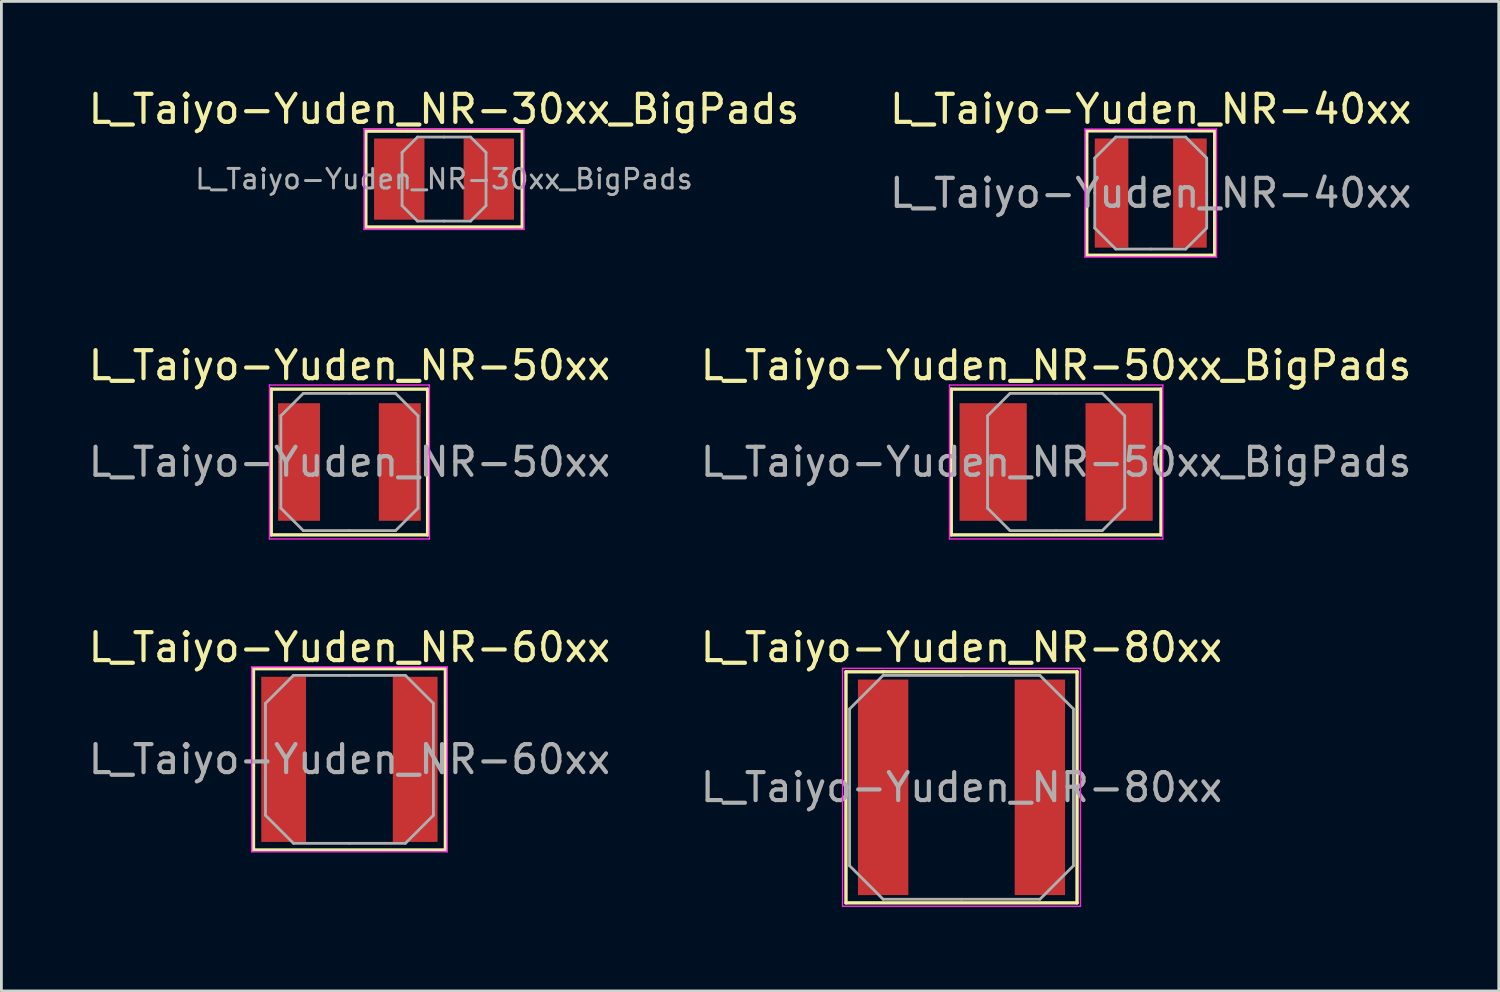
<source format=kicad_pcb>
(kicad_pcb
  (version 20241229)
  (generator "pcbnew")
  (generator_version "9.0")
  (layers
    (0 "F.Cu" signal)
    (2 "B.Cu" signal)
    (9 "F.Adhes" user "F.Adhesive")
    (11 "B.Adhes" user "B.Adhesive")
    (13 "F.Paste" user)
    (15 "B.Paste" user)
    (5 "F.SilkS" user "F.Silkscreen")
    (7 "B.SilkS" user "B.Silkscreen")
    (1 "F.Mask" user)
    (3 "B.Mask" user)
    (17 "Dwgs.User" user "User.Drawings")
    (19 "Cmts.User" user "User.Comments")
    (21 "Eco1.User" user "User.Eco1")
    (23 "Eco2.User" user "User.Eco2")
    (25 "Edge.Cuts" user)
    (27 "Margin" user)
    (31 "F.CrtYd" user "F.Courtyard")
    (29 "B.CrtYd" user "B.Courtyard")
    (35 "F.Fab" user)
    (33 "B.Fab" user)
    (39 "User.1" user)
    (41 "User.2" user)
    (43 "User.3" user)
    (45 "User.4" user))
  (footprint "L_Taiyo-Yuden_NR-80xx"
    (layer "F.Cu")
    (at 31.304 25.081)
    (property "Reference" "L_Taiyo-Yuden_NR-80xx" (at 0 -5 0) (layer "F.SilkS") (effects (font (size 1 1) (thickness 0.15))))
    (attr smd)
    (fp_line (start -4.128 -4.128) (end -4.128 4.128) (stroke (width 0.12) (type solid)) (layer "F.SilkS"))
    (fp_line (start -4.128 4.128) (end 4.128 4.128) (stroke (width 0.12) (type solid)) (layer "F.SilkS"))
    (fp_line (start -2.794 -4.128) (end -4.128 -4.128) (stroke (width 0.12) (type solid)) (layer "F.SilkS"))
    (fp_line (start 4.128 -4.128) (end -2.794 -4.128) (stroke (width 0.12) (type solid)) (layer "F.SilkS"))
    (fp_line (start 4.128 4.128) (end 4.128 -4.128) (stroke (width 0.12) (type solid)) (layer "F.SilkS"))
    (fp_line (start -4.25 -4.25) (end -4.25 4.25) (stroke (width 0.05) (type solid)) (layer "F.CrtYd"))
    (fp_line (start -4.25 4.25) (end 4.25 4.25) (stroke (width 0.05) (type solid)) (layer "F.CrtYd"))
    (fp_line (start 4.25 -4.25) (end -4.25 -4.25) (stroke (width 0.05) (type solid)) (layer "F.CrtYd"))
    (fp_line (start 4.25 4.25) (end 4.25 -4.25) (stroke (width 0.05) (type solid)) (layer "F.CrtYd"))
    (fp_line (start -4 -2.8) (end -2.8 -4) (stroke (width 0.1) (type solid)) (layer "F.Fab"))
    (fp_line (start -4 0) (end -4 -2.8) (stroke (width 0.1) (type solid)) (layer "F.Fab"))
    (fp_line (start -4 0) (end -4 2.8) (stroke (width 0.1) (type solid)) (layer "F.Fab"))
    (fp_line (start -4 2.8) (end -2.8 4) (stroke (width 0.1) (type solid)) (layer "F.Fab"))
    (fp_line (start -2.8 -4) (end 0 -4) (stroke (width 0.1) (type solid)) (layer "F.Fab"))
    (fp_line (start -2.8 4) (end 0 4) (stroke (width 0.1) (type solid)) (layer "F.Fab"))
    (fp_line (start 2.8 -4) (end 0 -4) (stroke (width 0.1) (type solid)) (layer "F.Fab"))
    (fp_line (start 2.8 4) (end 0 4) (stroke (width 0.1) (type solid)) (layer "F.Fab"))
    (fp_line (start 4 -2.8) (end 2.8 -4) (stroke (width 0.1) (type solid)) (layer "F.Fab"))
    (fp_line (start 4 0) (end 4 -2.8) (stroke (width 0.1) (type solid)) (layer "F.Fab"))
    (fp_line (start 4 0) (end 4 2.8) (stroke (width 0.1) (type solid)) (layer "F.Fab"))
    (fp_line (start 4 2.8) (end 2.8 4) (stroke (width 0.1) (type solid)) (layer "F.Fab"))
    (fp_text user "${REFERENCE}" (at 0 0 0) (layer "F.Fab") (effects (font (size 1 1) (thickness 0.15))))
    (pad "1" smd rect (at -2.8 0) (size 1.8 7.7) (layers "F.Cu" "F.Mask" "F.Paste"))
    (pad "2" smd rect (at 2.8 0) (size 1.8 7.7) (layers "F.Cu" "F.Mask" "F.Paste")))
  (footprint "L_Taiyo-Yuden_NR-50xx_BigPads"
    (layer "F.Cu")
    (at 34.685 13.457)
    (property "Reference" "L_Taiyo-Yuden_NR-50xx_BigPads" (at 0 -3.45 0) (layer "F.SilkS") (effects (font (size 1 1) (thickness 0.15))))
    (attr smd)
    (fp_line (start -3.747 -2.603) (end -3.747 2.603) (stroke (width 0.12) (type solid)) (layer "F.SilkS"))
    (fp_line (start -3.747 2.603) (end 3.747 2.603) (stroke (width 0.12) (type solid)) (layer "F.SilkS"))
    (fp_line (start 3.747 -2.603) (end -3.747 -2.603) (stroke (width 0.12) (type solid)) (layer "F.SilkS"))
    (fp_line (start 3.747 2.603) (end 3.747 -2.603) (stroke (width 0.12) (type solid)) (layer "F.SilkS"))
    (fp_line (start -3.81 -2.75) (end -3.81 2.75) (stroke (width 0.05) (type solid)) (layer "F.CrtYd"))
    (fp_line (start -3.81 2.75) (end 3.81 2.75) (stroke (width 0.05) (type solid)) (layer "F.CrtYd"))
    (fp_line (start 3.81 -2.75) (end -3.81 -2.75) (stroke (width 0.05) (type solid)) (layer "F.CrtYd"))
    (fp_line (start 3.81 2.75) (end 3.81 -2.75) (stroke (width 0.05) (type solid)) (layer "F.CrtYd"))
    (fp_line (start -2.45 -1.65) (end -1.65 -2.45) (stroke (width 0.1) (type solid)) (layer "F.Fab"))
    (fp_line (start -2.45 0) (end -2.45 -1.65) (stroke (width 0.1) (type solid)) (layer "F.Fab"))
    (fp_line (start -2.45 0) (end -2.45 1.65) (stroke (width 0.1) (type solid)) (layer "F.Fab"))
    (fp_line (start -2.45 1.65) (end -1.65 2.45) (stroke (width 0.1) (type solid)) (layer "F.Fab"))
    (fp_line (start -1.65 -2.45) (end 0 -2.45) (stroke (width 0.1) (type solid)) (layer "F.Fab"))
    (fp_line (start -1.65 2.45) (end 0 2.45) (stroke (width 0.1) (type solid)) (layer "F.Fab"))
    (fp_line (start 1.65 -2.45) (end 0 -2.45) (stroke (width 0.1) (type solid)) (layer "F.Fab"))
    (fp_line (start 1.65 2.45) (end 0 2.45) (stroke (width 0.1) (type solid)) (layer "F.Fab"))
    (fp_line (start 2.45 -1.65) (end 1.65 -2.45) (stroke (width 0.1) (type solid)) (layer "F.Fab"))
    (fp_line (start 2.45 0) (end 2.45 -1.65) (stroke (width 0.1) (type solid)) (layer "F.Fab"))
    (fp_line (start 2.45 0) (end 2.45 1.65) (stroke (width 0.1) (type solid)) (layer "F.Fab"))
    (fp_line (start 2.45 1.65) (end 1.65 2.45) (stroke (width 0.1) (type solid)) (layer "F.Fab"))
    (fp_text user "${REFERENCE}" (at 0 0 0) (layer "F.Fab") (effects (font (size 1 1) (thickness 0.15))))
    (pad "1" smd rect (at -2.25 0) (size 2.4 4.2) (layers "F.Cu" "F.Mask" "F.Paste"))
    (pad "2" smd rect (at 2.25 0) (size 2.4 4.2) (layers "F.Cu" "F.Mask" "F.Paste")))
  (footprint "L_Taiyo-Yuden_NR-40xx"
    (layer "F.Cu")
    (at 38.065 3.848)
    (property "Reference" "L_Taiyo-Yuden_NR-40xx" (at 0 -3 0) (layer "F.SilkS") (effects (font (size 1 1) (thickness 0.15))))
    (attr smd)
    (fp_line (start -2.286 -2.223) (end -2.286 2.223) (stroke (width 0.12) (type solid)) (layer "F.SilkS"))
    (fp_line (start -2.286 2.223) (end 2.286 2.223) (stroke (width 0.12) (type solid)) (layer "F.SilkS"))
    (fp_line (start 2.286 -2.223) (end -2.286 -2.223) (stroke (width 0.12) (type solid)) (layer "F.SilkS"))
    (fp_line (start 2.286 2.223) (end 2.286 -2.223) (stroke (width 0.12) (type solid)) (layer "F.SilkS"))
    (fp_line (start -2.349 -2.286) (end -2.349 2.286) (stroke (width 0.05) (type solid)) (layer "F.CrtYd"))
    (fp_line (start -2.349 2.286) (end 2.349 2.286) (stroke (width 0.05) (type solid)) (layer "F.CrtYd"))
    (fp_line (start 2.349 -2.286) (end -2.349 -2.286) (stroke (width 0.05) (type solid)) (layer "F.CrtYd"))
    (fp_line (start 2.349 2.286) (end 2.349 -2.286) (stroke (width 0.05) (type solid)) (layer "F.CrtYd"))
    (fp_line (start -2 -1.25) (end -1.25 -2) (stroke (width 0.1) (type solid)) (layer "F.Fab"))
    (fp_line (start -2 0) (end -2 -1.25) (stroke (width 0.1) (type solid)) (layer "F.Fab"))
    (fp_line (start -2 0) (end -2 1.25) (stroke (width 0.1) (type solid)) (layer "F.Fab"))
    (fp_line (start -2 1.25) (end -1.25 2) (stroke (width 0.1) (type solid)) (layer "F.Fab"))
    (fp_line (start -1.25 -2) (end 0 -2) (stroke (width 0.1) (type solid)) (layer "F.Fab"))
    (fp_line (start -1.25 2) (end 0 2) (stroke (width 0.1) (type solid)) (layer "F.Fab"))
    (fp_line (start 1.25 -2) (end 0 -2) (stroke (width 0.1) (type solid)) (layer "F.Fab"))
    (fp_line (start 1.25 2) (end 0 2) (stroke (width 0.1) (type solid)) (layer "F.Fab"))
    (fp_line (start 2 -1.25) (end 1.25 -2) (stroke (width 0.1) (type solid)) (layer "F.Fab"))
    (fp_line (start 2 0) (end 2 -1.25) (stroke (width 0.1) (type solid)) (layer "F.Fab"))
    (fp_line (start 2 0) (end 2 1.25) (stroke (width 0.1) (type solid)) (layer "F.Fab"))
    (fp_line (start 2 1.25) (end 1.25 2) (stroke (width 0.1) (type solid)) (layer "F.Fab"))
    (fp_text user "${REFERENCE}" (at 0 0 0) (layer "F.Fab") (effects (font (size 1 1) (thickness 0.15))))
    (pad "1" smd rect (at -1.4 0) (size 1.2 3.9) (layers "F.Cu" "F.Mask" "F.Paste"))
    (pad "2" smd rect (at 1.4 0) (size 1.2 3.9) (layers "F.Cu" "F.Mask" "F.Paste")))
  (footprint "L_Taiyo-Yuden_NR-50xx"
    (layer "F.Cu")
    (at 9.435 13.457)
    (property "Reference" "L_Taiyo-Yuden_NR-50xx" (at 0 -3.45 0) (layer "F.SilkS") (effects (font (size 1 1) (thickness 0.15))))
    (attr smd)
    (fp_line (start -2.794 -2.603) (end -2.794 2.603) (stroke (width 0.12) (type solid)) (layer "F.SilkS"))
    (fp_line (start -2.794 -2.603) (end 2.794 -2.603) (stroke (width 0.12) (type solid)) (layer "F.SilkS"))
    (fp_line (start -2.794 2.603) (end 2.794 2.603) (stroke (width 0.12) (type solid)) (layer "F.SilkS"))
    (fp_line (start 2.794 2.603) (end 2.794 -2.603) (stroke (width 0.12) (type solid)) (layer "F.SilkS"))
    (fp_line (start -2.857 -2.75) (end -2.857 2.75) (stroke (width 0.05) (type solid)) (layer "F.CrtYd"))
    (fp_line (start -2.857 2.75) (end 2.857 2.75) (stroke (width 0.05) (type solid)) (layer "F.CrtYd"))
    (fp_line (start 2.857 -2.75) (end -2.857 -2.75) (stroke (width 0.05) (type solid)) (layer "F.CrtYd"))
    (fp_line (start 2.857 2.75) (end 2.857 -2.75) (stroke (width 0.05) (type solid)) (layer "F.CrtYd"))
    (fp_line (start -2.45 -1.65) (end -1.65 -2.45) (stroke (width 0.1) (type solid)) (layer "F.Fab"))
    (fp_line (start -2.45 0) (end -2.45 -1.65) (stroke (width 0.1) (type solid)) (layer "F.Fab"))
    (fp_line (start -2.45 0) (end -2.45 1.65) (stroke (width 0.1) (type solid)) (layer "F.Fab"))
    (fp_line (start -2.45 1.65) (end -1.65 2.45) (stroke (width 0.1) (type solid)) (layer "F.Fab"))
    (fp_line (start -1.65 -2.45) (end 0 -2.45) (stroke (width 0.1) (type solid)) (layer "F.Fab"))
    (fp_line (start -1.65 2.45) (end 0 2.45) (stroke (width 0.1) (type solid)) (layer "F.Fab"))
    (fp_line (start 1.65 -2.45) (end 0 -2.45) (stroke (width 0.1) (type solid)) (layer "F.Fab"))
    (fp_line (start 1.65 2.45) (end 0 2.45) (stroke (width 0.1) (type solid)) (layer "F.Fab"))
    (fp_line (start 2.45 -1.65) (end 1.65 -2.45) (stroke (width 0.1) (type solid)) (layer "F.Fab"))
    (fp_line (start 2.45 0) (end 2.45 -1.65) (stroke (width 0.1) (type solid)) (layer "F.Fab"))
    (fp_line (start 2.45 0) (end 2.45 1.65) (stroke (width 0.1) (type solid)) (layer "F.Fab"))
    (fp_line (start 2.45 1.65) (end 1.65 2.45) (stroke (width 0.1) (type solid)) (layer "F.Fab"))
    (fp_text user "${REFERENCE}" (at 0 0 0) (layer "F.Fab") (effects (font (size 1 1) (thickness 0.15))))
    (pad "1" smd rect (at -1.8 0) (size 1.5 4.2) (layers "F.Cu" "F.Mask" "F.Paste"))
    (pad "2" smd rect (at 1.8 0) (size 1.5 4.2) (layers "F.Cu" "F.Mask" "F.Paste")))
  (footprint "L_Taiyo-Yuden_NR-60xx"
    (layer "F.Cu")
    (at 9.435 24.081)
    (property "Reference" "L_Taiyo-Yuden_NR-60xx" (at 0 -4 0) (layer "F.SilkS") (effects (font (size 1 1) (thickness 0.15))))
    (attr smd)
    (fp_line (start -3.429 -3.239) (end -3.429 3.239) (stroke (width 0.12) (type solid)) (layer "F.SilkS"))
    (fp_line (start -3.429 3.239) (end 3.429 3.239) (stroke (width 0.12) (type solid)) (layer "F.SilkS"))
    (fp_line (start 3.429 -3.239) (end -3.429 -3.239) (stroke (width 0.12) (type solid)) (layer "F.SilkS"))
    (fp_line (start 3.429 3.239) (end 3.429 -3.239) (stroke (width 0.12) (type solid)) (layer "F.SilkS"))
    (fp_line (start -3.493 -3.302) (end -3.493 3.302) (stroke (width 0.05) (type solid)) (layer "F.CrtYd"))
    (fp_line (start -3.493 3.302) (end 3.493 3.302) (stroke (width 0.05) (type solid)) (layer "F.CrtYd"))
    (fp_line (start 3.493 -3.302) (end -3.493 -3.302) (stroke (width 0.05) (type solid)) (layer "F.CrtYd"))
    (fp_line (start 3.493 3.302) (end 3.493 -3.302) (stroke (width 0.05) (type solid)) (layer "F.CrtYd"))
    (fp_line (start -3 -2) (end -2 -3) (stroke (width 0.1) (type solid)) (layer "F.Fab"))
    (fp_line (start -3 0) (end -3 -2) (stroke (width 0.1) (type solid)) (layer "F.Fab"))
    (fp_line (start -3 0) (end -3 2) (stroke (width 0.1) (type solid)) (layer "F.Fab"))
    (fp_line (start -3 2) (end -2 3) (stroke (width 0.1) (type solid)) (layer "F.Fab"))
    (fp_line (start -2 -3) (end 0 -3) (stroke (width 0.1) (type solid)) (layer "F.Fab"))
    (fp_line (start -2 3) (end 0 3) (stroke (width 0.1) (type solid)) (layer "F.Fab"))
    (fp_line (start 2 -3) (end 0 -3) (stroke (width 0.1) (type solid)) (layer "F.Fab"))
    (fp_line (start 2 3) (end 0 3) (stroke (width 0.1) (type solid)) (layer "F.Fab"))
    (fp_line (start 3 -2) (end 2 -3) (stroke (width 0.1) (type solid)) (layer "F.Fab"))
    (fp_line (start 3 0) (end 3 -2) (stroke (width 0.1) (type solid)) (layer "F.Fab"))
    (fp_line (start 3 0) (end 3 2) (stroke (width 0.1) (type solid)) (layer "F.Fab"))
    (fp_line (start 3 2) (end 2 3) (stroke (width 0.1) (type solid)) (layer "F.Fab"))
    (fp_text user "${REFERENCE}" (at 0 0 0) (layer "F.Fab") (effects (font (size 1 1) (thickness 0.15))))
    (pad "1" smd rect (at -2.35 0) (size 1.6 5.9) (layers "F.Cu" "F.Mask" "F.Paste"))
    (pad "2" smd rect (at 2.35 0) (size 1.6 5.9) (layers "F.Cu" "F.Mask" "F.Paste")))
  (footprint "L_Taiyo-Yuden_NR-30xx_BigPads"
    (layer "F.Cu")
    (at 12.815 3.348)
    (property "Reference" "L_Taiyo-Yuden_NR-30xx_BigPads" (at 0 -2.5 0) (layer "F.SilkS") (effects (font (size 1 1) (thickness 0.15))))
    (attr smd)
    (fp_line (start -2.794 -1.714) (end -2.794 1.714) (stroke (width 0.12) (type solid)) (layer "F.SilkS"))
    (fp_line (start -2.794 1.714) (end 2.794 1.714) (stroke (width 0.12) (type solid)) (layer "F.SilkS"))
    (fp_line (start 2.794 -1.714) (end -2.794 -1.714) (stroke (width 0.12) (type solid)) (layer "F.SilkS"))
    (fp_line (start 2.794 1.714) (end 2.794 -1.714) (stroke (width 0.12) (type solid)) (layer "F.SilkS"))
    (fp_line (start -2.857 -1.8) (end -2.857 1.8) (stroke (width 0.05) (type solid)) (layer "F.CrtYd"))
    (fp_line (start -2.857 1.8) (end 2.857 1.8) (stroke (width 0.05) (type solid)) (layer "F.CrtYd"))
    (fp_line (start 2.857 -1.8) (end -2.857 -1.8) (stroke (width 0.05) (type solid)) (layer "F.CrtYd"))
    (fp_line (start 2.857 1.8) (end 2.857 -1.8) (stroke (width 0.05) (type solid)) (layer "F.CrtYd"))
    (fp_line (start -1.5 -0.95) (end -0.95 -1.5) (stroke (width 0.1) (type solid)) (layer "F.Fab"))
    (fp_line (start -1.5 0) (end -1.5 -0.95) (stroke (width 0.1) (type solid)) (layer "F.Fab"))
    (fp_line (start -1.5 0) (end -1.5 0.95) (stroke (width 0.1) (type solid)) (layer "F.Fab"))
    (fp_line (start -1.5 0.95) (end -0.95 1.5) (stroke (width 0.1) (type solid)) (layer "F.Fab"))
    (fp_line (start -0.95 -1.5) (end 0 -1.5) (stroke (width 0.1) (type solid)) (layer "F.Fab"))
    (fp_line (start -0.95 1.5) (end 0 1.5) (stroke (width 0.1) (type solid)) (layer "F.Fab"))
    (fp_line (start 0.95 -1.5) (end 0 -1.5) (stroke (width 0.1) (type solid)) (layer "F.Fab"))
    (fp_line (start 0.95 1.5) (end 0 1.5) (stroke (width 0.1) (type solid)) (layer "F.Fab"))
    (fp_line (start 1.5 -0.95) (end 0.95 -1.5) (stroke (width 0.1) (type solid)) (layer "F.Fab"))
    (fp_line (start 1.5 0) (end 1.5 -0.95) (stroke (width 0.1) (type solid)) (layer "F.Fab"))
    (fp_line (start 1.5 0) (end 1.5 0.95) (stroke (width 0.1) (type solid)) (layer "F.Fab"))
    (fp_line (start 1.5 0.95) (end 0.95 1.5) (stroke (width 0.1) (type solid)) (layer "F.Fab"))
    (fp_text user "${REFERENCE}" (at 0 0 0) (layer "F.Fab") (effects (font (size 0.7 0.7) (thickness 0.105))))
    (pad "1" smd rect (at -1.6 0) (size 1.8 2.9) (layers "F.Cu" "F.Mask" "F.Paste"))
    (pad "2" smd rect (at 1.6 0) (size 1.8 2.9) (layers "F.Cu" "F.Mask" "F.Paste")))
  (gr_rect
    (start -3 -3)
    (end 50.5 32.356)
    (stroke (width 0.1) (type default))
    (fill no)
    (layer "Edge.Cuts")))
</source>
